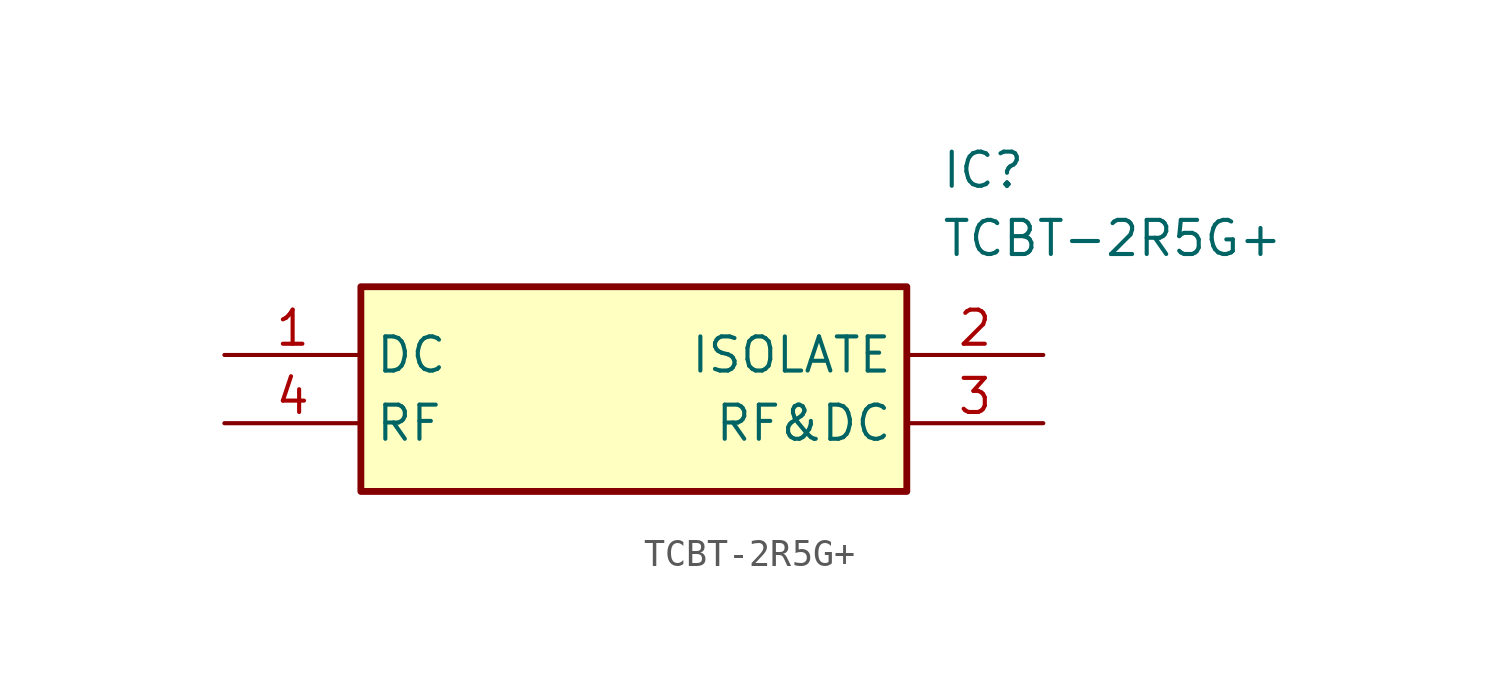
<source format=kicad_sym>
(kicad_symbol_lib
  (version 20211014)
  (generator SamacSys_ECAD_Model)
  (symbol "TCBT-2R5G+"
    (property "Reference" "IC"
      (at 26.67 7.62 0)
      (effects (font (size 1.27 1.27)) (justify left top)))
    (property "Value" "TCBT-2R5G+"
      (at 26.67 5.08 0)
      (effects (font (size 1.27 1.27)) (justify left top)))
    (rectangle
      (start 5.08 2.54)
      (end 25.4 -5.08)
      (stroke (width 0.254) (type default))
      (fill (type background)))
    (pin passive line
      (at 0 0 0)
      (length 5.08)
      (name "DC" (effects (font (size 1.27 1.27))))
      (number "1" (effects (font (size 1.27 1.27)))))
    (pin passive line
      (at 30.48 0 180)
      (length 5.08)
      (name "ISOLATE" (effects (font (size 1.27 1.27))))
      (number "2" (effects (font (size 1.27 1.27)))))
    (pin passive line
      (at 30.48 -2.54 180)
      (length 5.08)
      (name "RF&DC" (effects (font (size 1.27 1.27))))
      (number "3" (effects (font (size 1.27 1.27)))))
    (pin passive line
      (at 0 -2.54 0)
      (length 5.08)
      (name "RF" (effects (font (size 1.27 1.27))))
      (number "4" (effects (font (size 1.27 1.27)))))))
</source>
